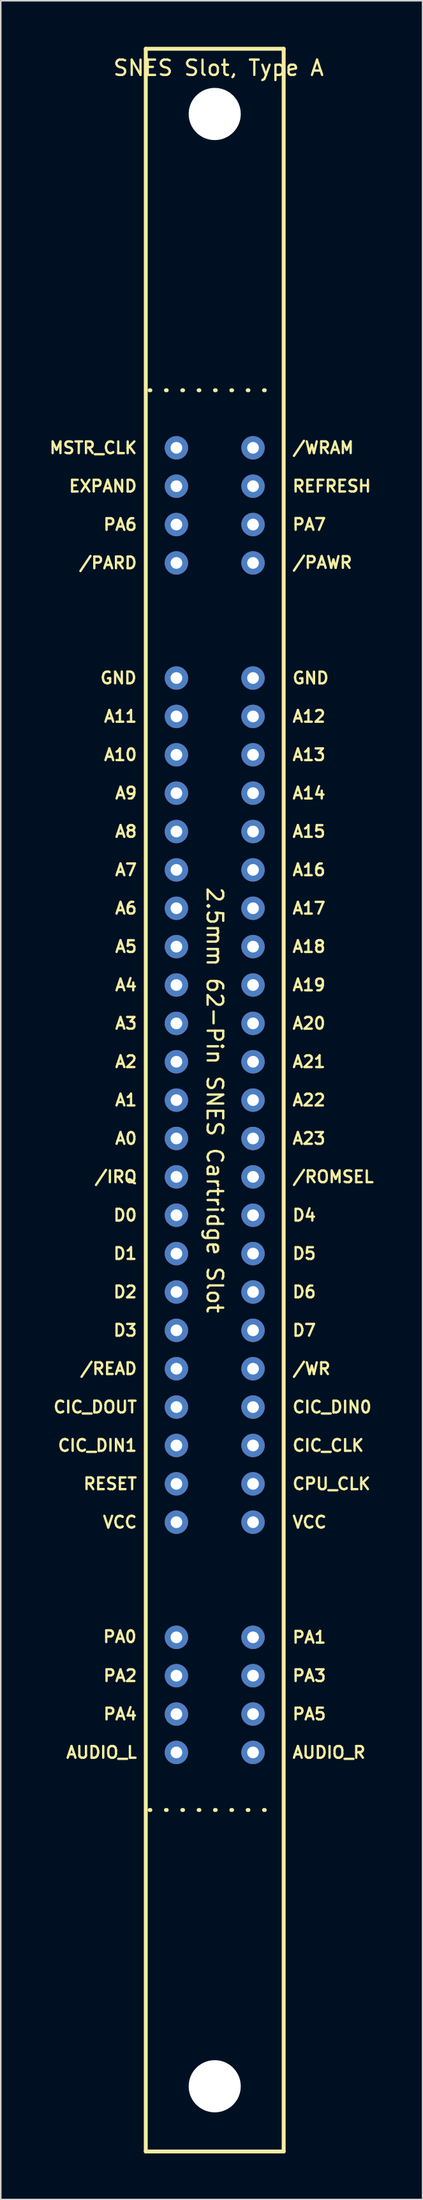
<source format=kicad_pcb>
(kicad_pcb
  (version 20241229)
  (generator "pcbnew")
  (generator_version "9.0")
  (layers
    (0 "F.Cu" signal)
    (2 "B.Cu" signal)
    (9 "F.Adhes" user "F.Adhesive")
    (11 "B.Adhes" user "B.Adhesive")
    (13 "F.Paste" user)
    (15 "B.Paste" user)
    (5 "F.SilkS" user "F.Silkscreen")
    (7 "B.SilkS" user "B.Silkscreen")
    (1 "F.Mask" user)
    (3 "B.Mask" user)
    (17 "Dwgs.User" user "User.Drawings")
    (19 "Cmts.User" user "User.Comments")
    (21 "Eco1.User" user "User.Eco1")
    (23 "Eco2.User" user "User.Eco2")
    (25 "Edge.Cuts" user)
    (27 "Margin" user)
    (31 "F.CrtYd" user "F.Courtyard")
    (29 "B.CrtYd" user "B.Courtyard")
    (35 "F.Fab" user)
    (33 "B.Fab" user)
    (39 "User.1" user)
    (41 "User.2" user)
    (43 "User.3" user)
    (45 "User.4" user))
  (footprint "SNES Slot, Type A"
    (layer "F.Cu")
    (at 10.965 68.627)
    (property "Reference" "SNES Slot, Type A" (at 0.25 -67.25 0) (unlocked yes) (layer "F.SilkS") (effects (font (size 1 1) (thickness 0.15))))
    (attr through_hole)
    (fp_line (start -4.5 -68.5) (end -4.5 68.5) (stroke (width 0.254) (type default)) (layer "F.SilkS"))
    (fp_line (start -4.5 -68.5) (end 4.5 -68.5) (stroke (width 0.254) (type default)) (layer "F.SilkS"))
    (fp_line (start -4.5 68.5) (end 4.5 68.5) (stroke (width 0.254) (type default)) (layer "F.SilkS"))
    (fp_line (start -4.25 -46.25) (end 4.25 -46.25) (stroke (width 0.254) (type dot)) (layer "F.SilkS"))
    (fp_line (start -4.25 46.25) (end 4.25 46.25) (stroke (width 0.254) (type dot)) (layer "F.SilkS"))
    (fp_line (start 4.5 68.5) (end 4.5 -68.5) (stroke (width 0.254) (type default)) (layer "F.SilkS"))
    (fp_text user "GND" (at -5.021 -27.506 0) (unlocked yes) (layer "F.SilkS") (effects (font (size 0.762 0.762) (thickness 0.152)) (justify right)))
    (fp_text user "/ROMSEL" (at 5 5 0) (unlocked yes) (layer "F.SilkS") (effects (font (size 0.762 0.762) (thickness 0.152)) (justify left)))
    (fp_text user "CPU_CLK" (at 5 25 0) (unlocked yes) (layer "F.SilkS") (effects (font (size 0.762 0.762) (thickness 0.152)) (justify left)))
    (fp_text user "A18" (at 5 -10 0) (unlocked yes) (layer "F.SilkS") (effects (font (size 0.762 0.762) (thickness 0.152)) (justify left)))
    (fp_text user "CIC_DOUT" (at -5 20 0) (unlocked yes) (layer "F.SilkS") (effects (font (size 0.762 0.762) (thickness 0.152)) (justify right)))
    (fp_text user "CIC_CLK" (at 5 22.5 0) (unlocked yes) (layer "F.SilkS") (effects (font (size 0.762 0.762) (thickness 0.152)) (justify left)))
    (fp_text user "CIC_DIN0" (at 5 20 0) (unlocked yes) (layer "F.SilkS") (effects (font (size 0.762 0.762) (thickness 0.152)) (justify left)))
    (fp_text user "PA0" (at -5.021 34.962 0) (unlocked yes) (layer "F.SilkS") (effects (font (size 0.762 0.762) (thickness 0.152)) (justify right)))
    (fp_text user "PA3" (at 5 37.5 0) (unlocked yes) (layer "F.SilkS") (effects (font (size 0.762 0.762) (thickness 0.152)) (justify left)))
    (fp_text user "PA7" (at 4.999 -37.504 0) (unlocked yes) (layer "F.SilkS") (effects (font (size 0.762 0.762) (thickness 0.152)) (justify left)))
    (fp_text user "A19" (at 5 -7.5 0) (unlocked yes) (layer "F.SilkS") (effects (font (size 0.762 0.762) (thickness 0.152)) (justify left)))
    (fp_text user "A23" (at 5 2.5 0) (unlocked yes) (layer "F.SilkS") (effects (font (size 0.762 0.762) (thickness 0.152)) (justify left)))
    (fp_text user "D5" (at 5 10 0) (unlocked yes) (layer "F.SilkS") (effects (font (size 0.762 0.762) (thickness 0.152)) (justify left)))
    (fp_text user "PA6" (at -5 -37.5 0) (unlocked yes) (layer "F.SilkS") (effects (font (size 0.762 0.762) (thickness 0.152)) (justify right)))
    (fp_text user "A0" (at -5 2.5 0) (unlocked yes) (layer "F.SilkS") (effects (font (size 0.762 0.762) (thickness 0.152)) (justify right)))
    (fp_text user "A12" (at 5 -25 0) (unlocked yes) (layer "F.SilkS") (effects (font (size 0.762 0.762) (thickness 0.152)) (justify left)))
    (fp_text user "GND" (at 5 -27.5 0) (unlocked yes) (layer "F.SilkS") (effects (font (size 0.762 0.762) (thickness 0.152)) (justify left)))
    (fp_text user "/READ" (at -5 17.5 0) (unlocked yes) (layer "F.SilkS") (effects (font (size 0.762 0.762) (thickness 0.152)) (justify right)))
    (fp_text user "D6" (at 5 12.5 0) (unlocked yes) (layer "F.SilkS") (effects (font (size 0.762 0.762) (thickness 0.152)) (justify left)))
    (fp_text user "A2" (at -5 -2.5 0) (unlocked yes) (layer "F.SilkS") (effects (font (size 0.762 0.762) (thickness 0.152)) (justify right)))
    (fp_text user "A16" (at 5 -15 0) (unlocked yes) (layer "F.SilkS") (effects (font (size 0.762 0.762) (thickness 0.152)) (justify left)))
    (fp_text user "D1" (at -5 10 0) (unlocked yes) (layer "F.SilkS") (effects (font (size 0.762 0.762) (thickness 0.152)) (justify right)))
    (fp_text user "A20" (at 5 -5 0) (unlocked yes) (layer "F.SilkS") (effects (font (size 0.762 0.762) (thickness 0.152)) (justify left)))
    (fp_text user "A21" (at 5 -2.5 0) (unlocked yes) (layer "F.SilkS") (effects (font (size 0.762 0.762) (thickness 0.152)) (justify left)))
    (fp_text user "PA4" (at -5 40 0) (unlocked yes) (layer "F.SilkS") (effects (font (size 0.762 0.762) (thickness 0.152)) (justify right)))
    (fp_text user "AUDIO_L" (at -5 42.5 0) (unlocked yes) (layer "F.SilkS") (effects (font (size 0.762 0.762) (thickness 0.152)) (justify right)))
    (fp_text user "RESET" (at -5 25 0) (unlocked yes) (layer "F.SilkS") (effects (font (size 0.762 0.762) (thickness 0.152)) (justify right)))
    (fp_text user "VCC" (at -5 27.5 0) (unlocked yes) (layer "F.SilkS") (effects (font (size 0.762 0.762) (thickness 0.152)) (justify right)))
    (fp_text user "A10" (at -5 -22.5 0) (unlocked yes) (layer "F.SilkS") (effects (font (size 0.762 0.762) (thickness 0.152)) (justify right)))
    (fp_text user "D4" (at 5 7.5 0) (unlocked yes) (layer "F.SilkS") (effects (font (size 0.762 0.762) (thickness 0.152)) (justify left)))
    (fp_text user "A4" (at -5 -7.5 0) (unlocked yes) (layer "F.SilkS") (effects (font (size 0.762 0.762) (thickness 0.152)) (justify right)))
    (fp_text user "D2" (at -5 12.5 0) (unlocked yes) (layer "F.SilkS") (effects (font (size 0.762 0.762) (thickness 0.152)) (justify right)))
    (fp_text user "PA5" (at 5 40 0) (unlocked yes) (layer "F.SilkS") (effects (font (size 0.762 0.762) (thickness 0.152)) (justify left)))
    (fp_text user "/IRQ" (at -5 5 0) (unlocked yes) (layer "F.SilkS") (effects (font (size 0.762 0.762) (thickness 0.152)) (justify right)))
    (fp_text user "A14" (at 5 -20 0) (unlocked yes) (layer "F.SilkS") (effects (font (size 0.762 0.762) (thickness 0.152)) (justify left)))
    (fp_text user "A13" (at 5 -22.5 0) (unlocked yes) (layer "F.SilkS") (effects (font (size 0.762 0.762) (thickness 0.152)) (justify left)))
    (fp_text user "/PARD" (at -5 -35 0) (unlocked yes) (layer "F.SilkS") (effects (font (size 0.762 0.762) (thickness 0.152)) (justify right)))
    (fp_text user "EXPAND" (at -5 -40 0) (unlocked yes) (layer "F.SilkS") (effects (font (size 0.762 0.762) (thickness 0.152)) (justify right)))
    (fp_text user "VCC" (at 5 27.5 0) (unlocked yes) (layer "F.SilkS") (effects (font (size 0.762 0.762) (thickness 0.152)) (justify left)))
    (fp_text user "A8" (at -5 -17.5 0) (unlocked yes) (layer "F.SilkS") (effects (font (size 0.762 0.762) (thickness 0.152)) (justify right)))
    (fp_text user "A1" (at -5 0 0) (unlocked yes) (layer "F.SilkS") (effects (font (size 0.762 0.762) (thickness 0.152)) (justify right)))
    (fp_text user "D3" (at -5 15 0) (unlocked yes) (layer "F.SilkS") (effects (font (size 0.762 0.762) (thickness 0.152)) (justify right)))
    (fp_text user "A22" (at 5 0 0) (unlocked yes) (layer "F.SilkS") (effects (font (size 0.762 0.762) (thickness 0.152)) (justify left)))
    (fp_text user "/WRAM" (at 4.999 -42.504 0) (unlocked yes) (layer "F.SilkS") (effects (font (size 0.762 0.762) (thickness 0.152)) (justify left)))
    (fp_text user "REFRESH" (at 5 -40 0) (unlocked yes) (layer "F.SilkS") (effects (font (size 0.762 0.762) (thickness 0.152)) (justify left)))
    (fp_text user "A7" (at -5 -15 0) (unlocked yes) (layer "F.SilkS") (effects (font (size 0.762 0.762) (thickness 0.152)) (justify right)))
    (fp_text user "D0" (at -5 7.5 0) (unlocked yes) (layer "F.SilkS") (effects (font (size 0.762 0.762) (thickness 0.152)) (justify right)))
    (fp_text user "PA1" (at 5 35 0) (unlocked yes) (layer "F.SilkS") (effects (font (size 0.762 0.762) (thickness 0.152)) (justify left)))
    (fp_text user "D7" (at 5 15 0) (unlocked yes) (layer "F.SilkS") (effects (font (size 0.762 0.762) (thickness 0.152)) (justify left)))
    (fp_text user "MSTR_CLK" (at -5 -42.5 0) (unlocked yes) (layer "F.SilkS") (effects (font (size 0.762 0.762) (thickness 0.152)) (justify right)))
    (fp_text user "A15" (at 5 -17.5 0) (unlocked yes) (layer "F.SilkS") (effects (font (size 0.762 0.762) (thickness 0.152)) (justify left)))
    (fp_text user "A11" (at -5 -25 0) (unlocked yes) (layer "F.SilkS") (effects (font (size 0.762 0.762) (thickness 0.152)) (justify right)))
    (fp_text user "A6" (at -5 -12.5 0) (unlocked yes) (layer "F.SilkS") (effects (font (size 0.762 0.762) (thickness 0.152)) (justify right)))
    (fp_text user "/PAWR" (at 4.999 -35.026 0) (unlocked yes) (layer "F.SilkS") (effects (font (size 0.762 0.762) (thickness 0.152)) (justify left)))
    (fp_text user "AUDIO_R" (at 5 42.5 0) (unlocked yes) (layer "F.SilkS") (effects (font (size 0.762 0.762) (thickness 0.152)) (justify left)))
    (fp_text user "A3" (at -5 -5 0) (unlocked yes) (layer "F.SilkS") (effects (font (size 0.762 0.762) (thickness 0.152)) (justify right)))
    (fp_text user "CIC_DIN1" (at -5 22.5 0) (unlocked yes) (layer "F.SilkS") (effects (font (size 0.762 0.762) (thickness 0.152)) (justify right)))
    (fp_text user "A9" (at -5 -20 0) (unlocked yes) (layer "F.SilkS") (effects (font (size 0.762 0.762) (thickness 0.152)) (justify right)))
    (fp_text user "2.5mm 62-Pin SNES Cartridge Slot" (at 0 0 270) (unlocked yes) (layer "F.SilkS") (effects (font (size 1.016 1.016) (thickness 0.152))))
    (fp_text user "A5" (at -5 -10 0) (unlocked yes) (layer "F.SilkS") (effects (font (size 0.762 0.762) (thickness 0.152)) (justify right)))
    (fp_text user "/WR" (at 5 17.5 0) (unlocked yes) (layer "F.SilkS") (effects (font (size 0.762 0.762) (thickness 0.152)) (justify left)))
    (fp_text user "PA2" (at -5 37.5 0) (unlocked yes) (layer "F.SilkS") (effects (font (size 0.762 0.762) (thickness 0.152)) (justify right)))
    (fp_text user "A17" (at 5 -12.5 0) (unlocked yes) (layer "F.SilkS") (effects (font (size 0.762 0.762) (thickness 0.152)) (justify left)))
    (pad "" np_thru_hole circle (at 0 -64.25) (size 3.4 3.4) (drill 3.4) (layers "*.Cu" "*.Mask"))
    (pad "" np_thru_hole circle (at 0 64.25) (size 3.4 3.4) (drill 3.4) (layers "*.Cu" "*.Mask"))
    (pad "1" thru_hole circle (at -2.5 -42.5) (size 1.524 1.524) (drill 0.762) (layers "*.Cu" "*.Mask"))
    (pad "2" thru_hole circle (at -2.5 -40) (size 1.524 1.524) (drill 0.762) (layers "*.Cu" "*.Mask"))
    (pad "3" thru_hole circle (at -2.5 -37.5) (size 1.524 1.524) (drill 0.762) (layers "*.Cu" "*.Mask"))
    (pad "4" thru_hole circle (at -2.5 -35) (size 1.524 1.524) (drill 0.762) (layers "*.Cu" "*.Mask"))
    (pad "5" thru_hole circle (at -2.5 -27.5) (size 1.524 1.524) (drill 0.762) (layers "*.Cu" "*.Mask"))
    (pad "6" thru_hole circle (at -2.5 -25) (size 1.524 1.524) (drill 0.762) (layers "*.Cu" "*.Mask"))
    (pad "7" thru_hole circle (at -2.5 -22.5) (size 1.524 1.524) (drill 0.762) (layers "*.Cu" "*.Mask"))
    (pad "8" thru_hole circle (at -2.5 -20) (size 1.524 1.524) (drill 0.762) (layers "*.Cu" "*.Mask"))
    (pad "9" thru_hole circle (at -2.5 -17.5) (size 1.524 1.524) (drill 0.762) (layers "*.Cu" "*.Mask"))
    (pad "10" thru_hole circle (at -2.5 -15) (size 1.524 1.524) (drill 0.762) (layers "*.Cu" "*.Mask"))
    (pad "11" thru_hole circle (at -2.5 -12.5) (size 1.524 1.524) (drill 0.762) (layers "*.Cu" "*.Mask"))
    (pad "12" thru_hole circle (at -2.5 -10) (size 1.524 1.524) (drill 0.762) (layers "*.Cu" "*.Mask"))
    (pad "13" thru_hole circle (at -2.5 -7.5) (size 1.524 1.524) (drill 0.762) (layers "*.Cu" "*.Mask"))
    (pad "14" thru_hole circle (at -2.5 -5) (size 1.524 1.524) (drill 0.762) (layers "*.Cu" "*.Mask"))
    (pad "15" thru_hole circle (at -2.5 -2.5) (size 1.524 1.524) (drill 0.762) (layers "*.Cu" "*.Mask"))
    (pad "16" thru_hole circle (at -2.5 0) (size 1.524 1.524) (drill 0.762) (layers "*.Cu" "*.Mask"))
    (pad "17" thru_hole circle (at -2.5 2.5) (size 1.524 1.524) (drill 0.762) (layers "*.Cu" "*.Mask"))
    (pad "18" thru_hole circle (at -2.5 5) (size 1.524 1.524) (drill 0.762) (layers "*.Cu" "*.Mask"))
    (pad "19" thru_hole circle (at -2.5 7.5) (size 1.524 1.524) (drill 0.762) (layers "*.Cu" "*.Mask"))
    (pad "20" thru_hole circle (at -2.5 10) (size 1.524 1.524) (drill 0.762) (layers "*.Cu" "*.Mask"))
    (pad "21" thru_hole circle (at -2.5 12.5) (size 1.524 1.524) (drill 0.762) (layers "*.Cu" "*.Mask"))
    (pad "22" thru_hole circle (at -2.5 15) (size 1.524 1.524) (drill 0.762) (layers "*.Cu" "*.Mask"))
    (pad "23" thru_hole circle (at -2.5 17.5) (size 1.524 1.524) (drill 0.762) (layers "*.Cu" "*.Mask"))
    (pad "24" thru_hole circle (at -2.5 20) (size 1.524 1.524) (drill 0.762) (layers "*.Cu" "*.Mask"))
    (pad "25" thru_hole circle (at -2.5 22.5) (size 1.524 1.524) (drill 0.762) (layers "*.Cu" "*.Mask"))
    (pad "26" thru_hole circle (at -2.5 25) (size 1.524 1.524) (drill 0.762) (layers "*.Cu" "*.Mask"))
    (pad "27" thru_hole circle (at -2.5 27.5) (size 1.524 1.524) (drill 0.762) (layers "*.Cu" "*.Mask"))
    (pad "28" thru_hole circle (at -2.5 35) (size 1.524 1.524) (drill 0.762) (layers "*.Cu" "*.Mask"))
    (pad "29" thru_hole circle (at -2.5 37.5) (size 1.524 1.524) (drill 0.762) (layers "*.Cu" "*.Mask"))
    (pad "30" thru_hole circle (at -2.5 40) (size 1.524 1.524) (drill 0.762) (layers "*.Cu" "*.Mask"))
    (pad "31" thru_hole circle (at -2.5 42.5) (size 1.524 1.524) (drill 0.762) (layers "*.Cu" "*.Mask"))
    (pad "32" thru_hole circle (at 2.5 -42.5) (size 1.524 1.524) (drill 0.762) (layers "*.Cu" "*.Mask"))
    (pad "33" thru_hole circle (at 2.5 -40) (size 1.524 1.524) (drill 0.762) (layers "*.Cu" "*.Mask"))
    (pad "34" thru_hole circle (at 2.5 -37.5) (size 1.524 1.524) (drill 0.762) (layers "*.Cu" "*.Mask"))
    (pad "35" thru_hole circle (at 2.5 -35) (size 1.524 1.524) (drill 0.762) (layers "*.Cu" "*.Mask"))
    (pad "36" thru_hole circle (at 2.5 -27.5) (size 1.524 1.524) (drill 0.762) (layers "*.Cu" "*.Mask"))
    (pad "37" thru_hole circle (at 2.5 -25) (size 1.524 1.524) (drill 0.762) (layers "*.Cu" "*.Mask"))
    (pad "38" thru_hole circle (at 2.5 -22.5) (size 1.524 1.524) (drill 0.762) (layers "*.Cu" "*.Mask"))
    (pad "39" thru_hole circle (at 2.5 -20) (size 1.524 1.524) (drill 0.762) (layers "*.Cu" "*.Mask"))
    (pad "40" thru_hole circle (at 2.5 -17.5) (size 1.524 1.524) (drill 0.762) (layers "*.Cu" "*.Mask"))
    (pad "41" thru_hole circle (at 2.5 -15) (size 1.524 1.524) (drill 0.762) (layers "*.Cu" "*.Mask"))
    (pad "42" thru_hole circle (at 2.5 -12.5) (size 1.524 1.524) (drill 0.762) (layers "*.Cu" "*.Mask"))
    (pad "43" thru_hole circle (at 2.5 -10) (size 1.524 1.524) (drill 0.762) (layers "*.Cu" "*.Mask"))
    (pad "44" thru_hole circle (at 2.5 -7.5) (size 1.524 1.524) (drill 0.762) (layers "*.Cu" "*.Mask"))
    (pad "45" thru_hole circle (at 2.5 -5) (size 1.524 1.524) (drill 0.762) (layers "*.Cu" "*.Mask"))
    (pad "46" thru_hole circle (at 2.5 -2.5) (size 1.524 1.524) (drill 0.762) (layers "*.Cu" "*.Mask"))
    (pad "47" thru_hole circle (at 2.5 0) (size 1.524 1.524) (drill 0.762) (layers "*.Cu" "*.Mask"))
    (pad "48" thru_hole circle (at 2.5 2.5) (size 1.524 1.524) (drill 0.762) (layers "*.Cu" "*.Mask"))
    (pad "49" thru_hole circle (at 2.5 5) (size 1.524 1.524) (drill 0.762) (layers "*.Cu" "*.Mask"))
    (pad "50" thru_hole circle (at 2.5 7.5) (size 1.524 1.524) (drill 0.762) (layers "*.Cu" "*.Mask"))
    (pad "51" thru_hole circle (at 2.5 10) (size 1.524 1.524) (drill 0.762) (layers "*.Cu" "*.Mask"))
    (pad "52" thru_hole circle (at 2.5 12.5) (size 1.524 1.524) (drill 0.762) (layers "*.Cu" "*.Mask"))
    (pad "53" thru_hole circle (at 2.5 15) (size 1.524 1.524) (drill 0.762) (layers "*.Cu" "*.Mask"))
    (pad "54" thru_hole circle (at 2.5 17.5) (size 1.524 1.524) (drill 0.762) (layers "*.Cu" "*.Mask"))
    (pad "55" thru_hole circle (at 2.5 20) (size 1.524 1.524) (drill 0.762) (layers "*.Cu" "*.Mask"))
    (pad "56" thru_hole circle (at 2.5 22.5) (size 1.524 1.524) (drill 0.762) (layers "*.Cu" "*.Mask"))
    (pad "57" thru_hole circle (at 2.5 25) (size 1.524 1.524) (drill 0.762) (layers "*.Cu" "*.Mask"))
    (pad "58" thru_hole circle (at 2.5 27.5) (size 1.524 1.524) (drill 0.762) (layers "*.Cu" "*.Mask"))
    (pad "59" thru_hole circle (at 2.5 35) (size 1.524 1.524) (drill 0.762) (layers "*.Cu" "*.Mask"))
    (pad "60" thru_hole circle (at 2.5 37.5) (size 1.524 1.524) (drill 0.762) (layers "*.Cu" "*.Mask"))
    (pad "61" thru_hole circle (at 2.5 40) (size 1.524 1.524) (drill 0.762) (layers "*.Cu" "*.Mask"))
    (pad "62" thru_hole circle (at 2.5 42.5) (size 1.524 1.524) (drill 0.762) (layers "*.Cu" "*.Mask")))
  (gr_rect
    (start -3 -3)
    (end 24.532 140.254)
    (stroke (width 0.1) (type default))
    (fill no)
    (layer "Edge.Cuts")))
</source>
